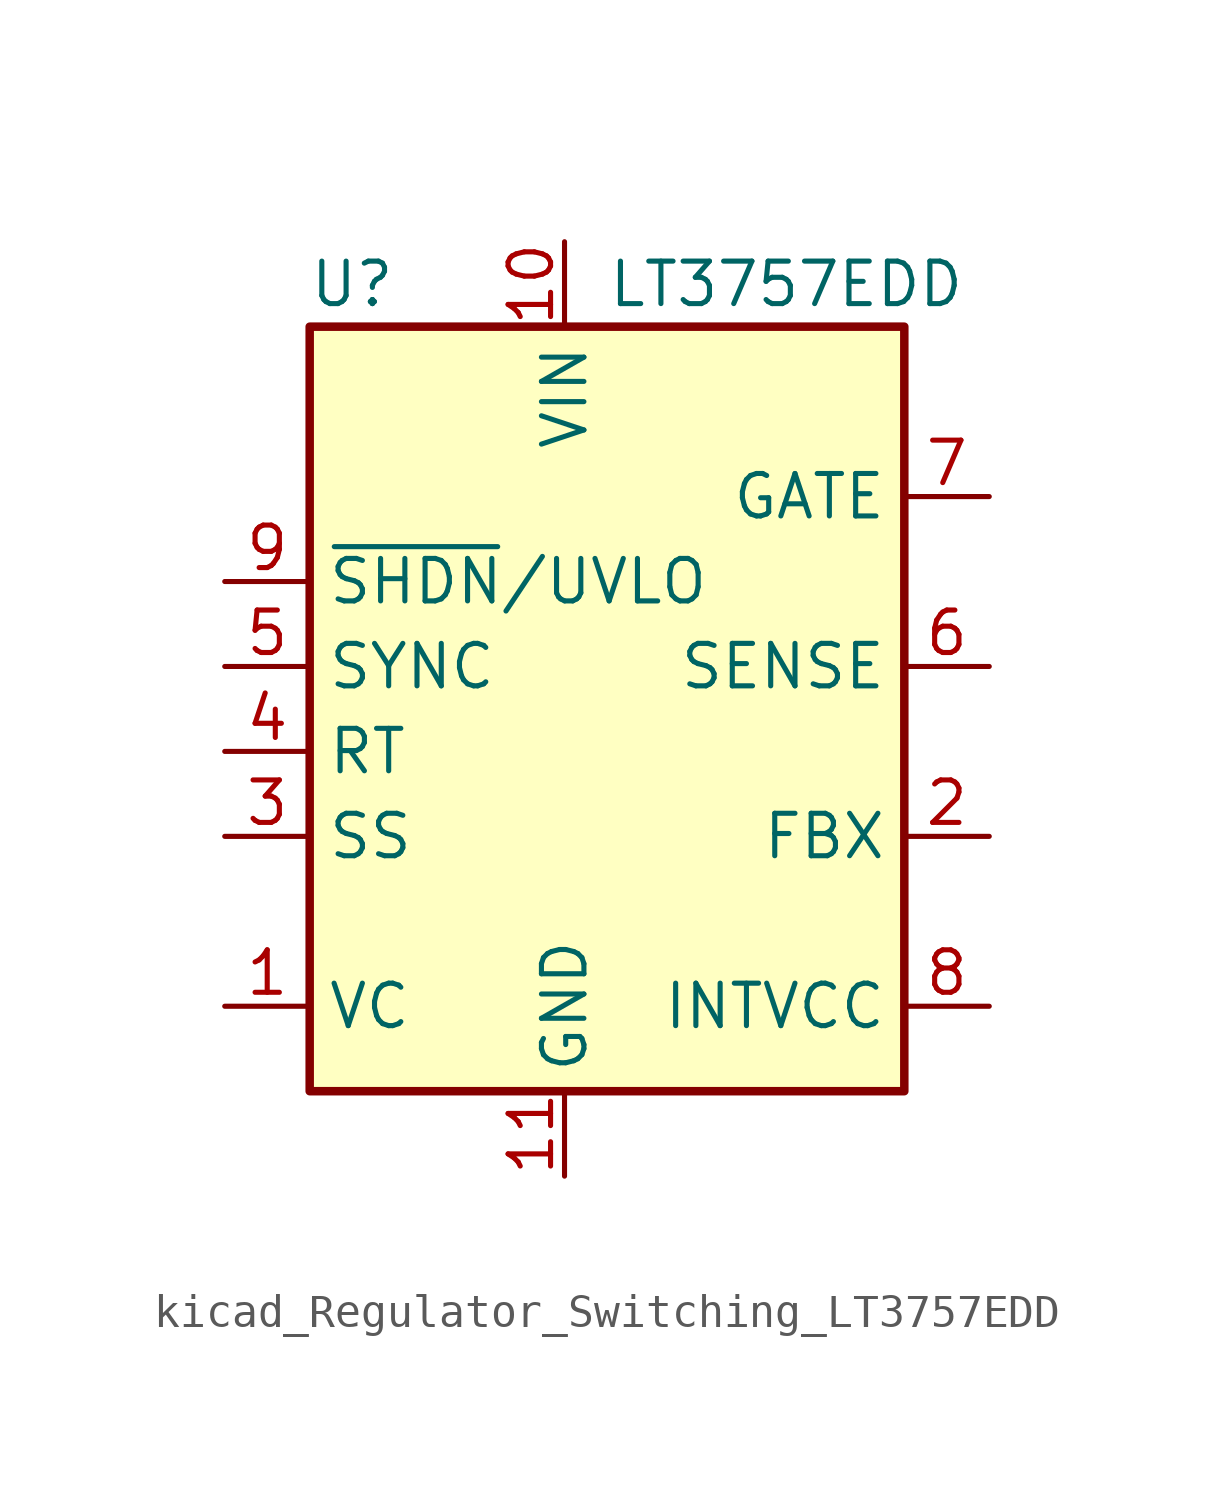
<source format=kicad_sym>
(kicad_symbol_lib
  (version 20220914)
  (generator kicad_symbol_editor)
  (symbol "kicad_Regulator_Switching_LT3757EDD"
    (property "Reference" "U"
      (at -6.35 11.43 0)
      (effects (font (size 1.27 1.27))))
    (property "Value" "LT3757EDD"
      (at 1.27 11.43 0)
      (effects (font (size 1.27 1.27)) (justify left)))
    (symbol "kicad_Regulator_Switching_LT3757EDD_0_1"
      (rectangle (start -7.62 10.16) (end 10.16 -12.7) (stroke (width 0.254) (type default)) (fill (type background))))
    (symbol "kicad_Regulator_Switching_LT3757EDD_1_1"
      (pin input line (at -10.16 -10.16 0) (length 2.54) (name "VC" (effects (font (size 1.27 1.27)))) (number "1" (effects (font (size 1.27 1.27)))))
      (pin power_in line (at 0 12.7 270) (length 2.54) (name "VIN" (effects (font (size 1.27 1.27)))) (number "10" (effects (font (size 1.27 1.27)))))
      (pin power_in line (at 0 -15.24 90) (length 2.54) (name "GND" (effects (font (size 1.27 1.27)))) (number "11" (effects (font (size 1.27 1.27)))))
      (pin input line (at 12.7 -5.08 180) (length 2.54) (name "FBX" (effects (font (size 1.27 1.27)))) (number "2" (effects (font (size 1.27 1.27)))))
      (pin input line (at -10.16 -5.08 0) (length 2.54) (name "SS" (effects (font (size 1.27 1.27)))) (number "3" (effects (font (size 1.27 1.27)))))
      (pin input line (at -10.16 -2.54 0) (length 2.54) (name "RT" (effects (font (size 1.27 1.27)))) (number "4" (effects (font (size 1.27 1.27)))))
      (pin input line (at -10.16 0 0) (length 2.54) (name "SYNC" (effects (font (size 1.27 1.27)))) (number "5" (effects (font (size 1.27 1.27)))))
      (pin input line (at 12.7 0 180) (length 2.54) (name "SENSE" (effects (font (size 1.27 1.27)))) (number "6" (effects (font (size 1.27 1.27)))))
      (pin output line (at 12.7 5.08 180) (length 2.54) (name "GATE" (effects (font (size 1.27 1.27)))) (number "7" (effects (font (size 1.27 1.27)))))
      (pin output line (at 12.7 -10.16 180) (length 2.54) (name "INTVCC" (effects (font (size 1.27 1.27)))) (number "8" (effects (font (size 1.27 1.27)))))
      (pin input line (at -10.16 2.54 0) (length 2.54) (name "~{SHDN}/UVLO" (effects (font (size 1.27 1.27)))) (number "9" (effects (font (size 1.27 1.27))))))))
</source>
